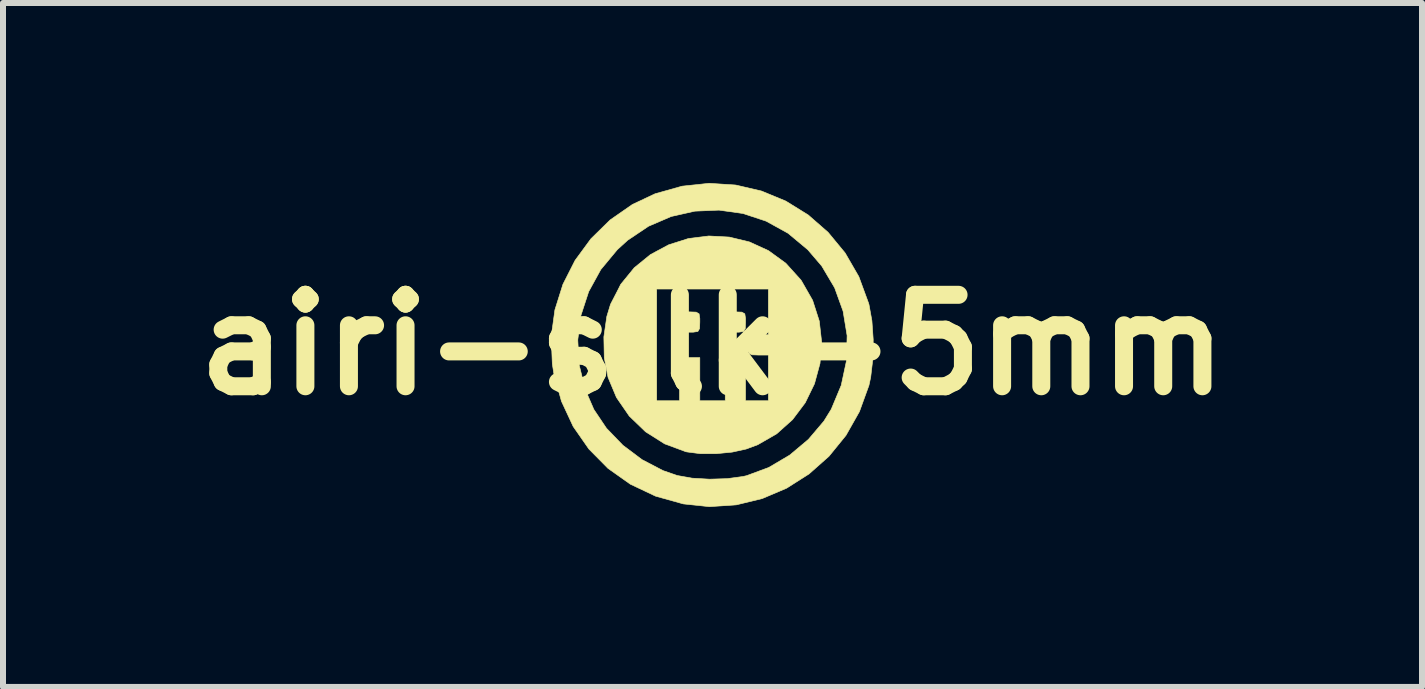
<source format=kicad_pcb>
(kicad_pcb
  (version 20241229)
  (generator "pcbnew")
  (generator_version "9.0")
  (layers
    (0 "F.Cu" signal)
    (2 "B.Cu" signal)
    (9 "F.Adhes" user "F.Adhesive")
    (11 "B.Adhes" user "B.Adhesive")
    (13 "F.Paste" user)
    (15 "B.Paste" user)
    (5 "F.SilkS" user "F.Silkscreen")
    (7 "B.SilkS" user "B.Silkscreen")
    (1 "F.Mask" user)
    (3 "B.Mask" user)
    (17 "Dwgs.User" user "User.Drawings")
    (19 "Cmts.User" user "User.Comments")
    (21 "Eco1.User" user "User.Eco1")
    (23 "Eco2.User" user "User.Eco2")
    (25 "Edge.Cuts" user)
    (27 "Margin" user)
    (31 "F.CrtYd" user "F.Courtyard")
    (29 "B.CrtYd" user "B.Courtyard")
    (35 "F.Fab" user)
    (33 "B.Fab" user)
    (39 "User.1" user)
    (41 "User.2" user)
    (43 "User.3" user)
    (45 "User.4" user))
  (footprint "airi-silk-5mm"
    (layer "F.Cu")
    (at 8.825 2.698)
    (property "Reference" "airi-silk-5mm" (at 0 0 0) (layer "F.SilkS") (effects (font (size 1.524 1.524) (thickness 0.3))))
    (attr through_hole)
    (fp_poly (pts (xy -0.273 -0.546) (xy -0.224 -0.518) (xy -0.212 -0.44) (xy -0.212 -0.381) (xy -0.216 -0.273) (xy -0.244 -0.224) (xy -0.322 -0.212) (xy -0.381 -0.212) (xy -0.489 -0.216) (xy -0.538 -0.244) (xy -0.55 -0.322) (xy -0.55 -0.381) (xy -0.546 -0.489) (xy -0.518 -0.538) (xy -0.44 -0.55) (xy -0.381 -0.55) (xy -0.273 -0.546)) (stroke (width 0.01) (type solid)) (fill yes) (layer "F.SilkS"))
    (fp_poly (pts (xy 0.489 -0.546) (xy 0.538 -0.518) (xy 0.55 -0.44) (xy 0.55 -0.381) (xy 0.546 -0.273) (xy 0.518 -0.224) (xy 0.44 -0.212) (xy 0.381 -0.212) (xy 0.273 -0.216) (xy 0.224 -0.244) (xy 0.212 -0.322) (xy 0.212 -0.381) (xy 0.216 -0.489) (xy 0.244 -0.538) (xy 0.322 -0.55) (xy 0.381 -0.55) (xy 0.489 -0.546)) (stroke (width 0.01) (type solid)) (fill yes) (layer "F.SilkS"))
    (fp_poly (pts (xy 0.279 -1.797) (xy 0.615 -1.716) (xy 0.932 -1.571) (xy 1.221 -1.361) (xy 1.471 -1.084) (xy 1.481 -1.07) (xy 1.668 -0.743) (xy 1.779 -0.397) (xy 1.819 -0.043) (xy 1.791 0.309) (xy 1.699 0.648) (xy 1.545 0.964) (xy 1.334 1.245) (xy 1.069 1.482) (xy 0.753 1.664) (xy 0.559 1.736) (xy 0.327 1.787) (xy 0.061 1.813) (xy -0.202 1.813) (xy -0.426 1.784) (xy -0.445 1.78) (xy -0.798 1.649) (xy -1.116 1.448) (xy -1.387 1.187) (xy -1.601 0.876) (xy -1.741 0.542) (xy -1.804 0.217) (xy -1.811 -0.133) (xy -1.762 -0.473) (xy -1.7 -0.677) (xy -1.569 -0.931) (xy -0.931 -0.931) (xy -0.931 0.931) (xy -0.55 0.931) (xy -0.55 0.212) (xy -0.212 0.212) (xy -0.212 0.931) (xy 0.212 0.931) (xy 0.212 0.212) (xy 0.55 0.212) (xy 0.55 0.931) (xy 0.931 0.931) (xy 0.931 0.169) (xy 0.762 0.169) (xy 0.654 0.165) (xy 0.605 0.137) (xy 0.593 0.059) (xy 0.593 0) (xy 0.597 -0.108) (xy 0.625 -0.157) (xy 0.703 -0.169) (xy 0.762 -0.169) (xy 0.931 -0.169) (xy 0.931 -0.931) (xy -0.931 -0.931) (xy -1.569 -0.931) (xy -1.53 -1.009) (xy -1.305 -1.285) (xy -1.035 -1.505) (xy -0.731 -1.668) (xy -0.404 -1.772) (xy -0.064 -1.815) (xy 0.279 -1.797)) (stroke (width 0.01) (type solid)) (fill yes) (layer "F.SilkS"))
    (fp_poly (pts (xy 0.388 -2.664) (xy 0.817 -2.564) (xy 1.221 -2.397) (xy 1.594 -2.166) (xy 1.926 -1.876) (xy 2.21 -1.532) (xy 2.438 -1.138) (xy 2.6 -0.697) (xy 2.607 -0.674) (xy 2.656 -0.403) (xy 2.678 -0.087) (xy 2.671 0.239) (xy 2.636 0.538) (xy 2.607 0.674) (xy 2.448 1.112) (xy 2.224 1.508) (xy 1.941 1.856) (xy 1.608 2.151) (xy 1.235 2.388) (xy 0.828 2.561) (xy 0.396 2.666) (xy -0.052 2.696) (xy -0.487 2.65) (xy -0.949 2.521) (xy -1.369 2.322) (xy -1.742 2.058) (xy -2.061 1.735) (xy -2.322 1.36) (xy -2.518 0.939) (xy -2.645 0.477) (xy -2.67 0.315) (xy -2.686 -0.083) (xy -2.246 -0.083) (xy -2.223 0.334) (xy -2.121 0.746) (xy -1.978 1.076) (xy -1.768 1.389) (xy -1.494 1.673) (xy -1.174 1.913) (xy -0.825 2.095) (xy -0.588 2.177) (xy -0.341 2.221) (xy -0.051 2.238) (xy 0.245 2.229) (xy 0.51 2.193) (xy 0.57 2.179) (xy 0.937 2.043) (xy 1.286 1.837) (xy 1.598 1.575) (xy 1.856 1.271) (xy 1.979 1.072) (xy 2.145 0.674) (xy 2.233 0.262) (xy 2.243 -0.154) (xy 2.176 -0.562) (xy 2.035 -0.952) (xy 1.82 -1.315) (xy 1.587 -1.587) (xy 1.258 -1.861) (xy 0.894 -2.062) (xy 0.508 -2.19) (xy 0.108 -2.246) (xy -0.294 -2.229) (xy -0.689 -2.14) (xy -1.066 -1.978) (xy -1.415 -1.744) (xy -1.587 -1.587) (xy -1.862 -1.256) (xy -2.064 -0.888) (xy -2.193 -0.493) (xy -2.246 -0.083) (xy -2.686 -0.083) (xy -2.688 -0.139) (xy -2.627 -0.584) (xy -2.493 -1.01) (xy -2.291 -1.408) (xy -2.027 -1.768) (xy -1.707 -2.082) (xy -1.336 -2.34) (xy -0.959 -2.518) (xy -0.508 -2.645) (xy -0.056 -2.693) (xy 0.388 -2.664)) (stroke (width 0.01) (type solid)) (fill yes) (layer "F.SilkS")))
  (gr_rect
    (start -3 -3)
    (end 20.649 8.398)
    (stroke (width 0.1) (type default))
    (fill no)
    (layer "Edge.Cuts")))
</source>
